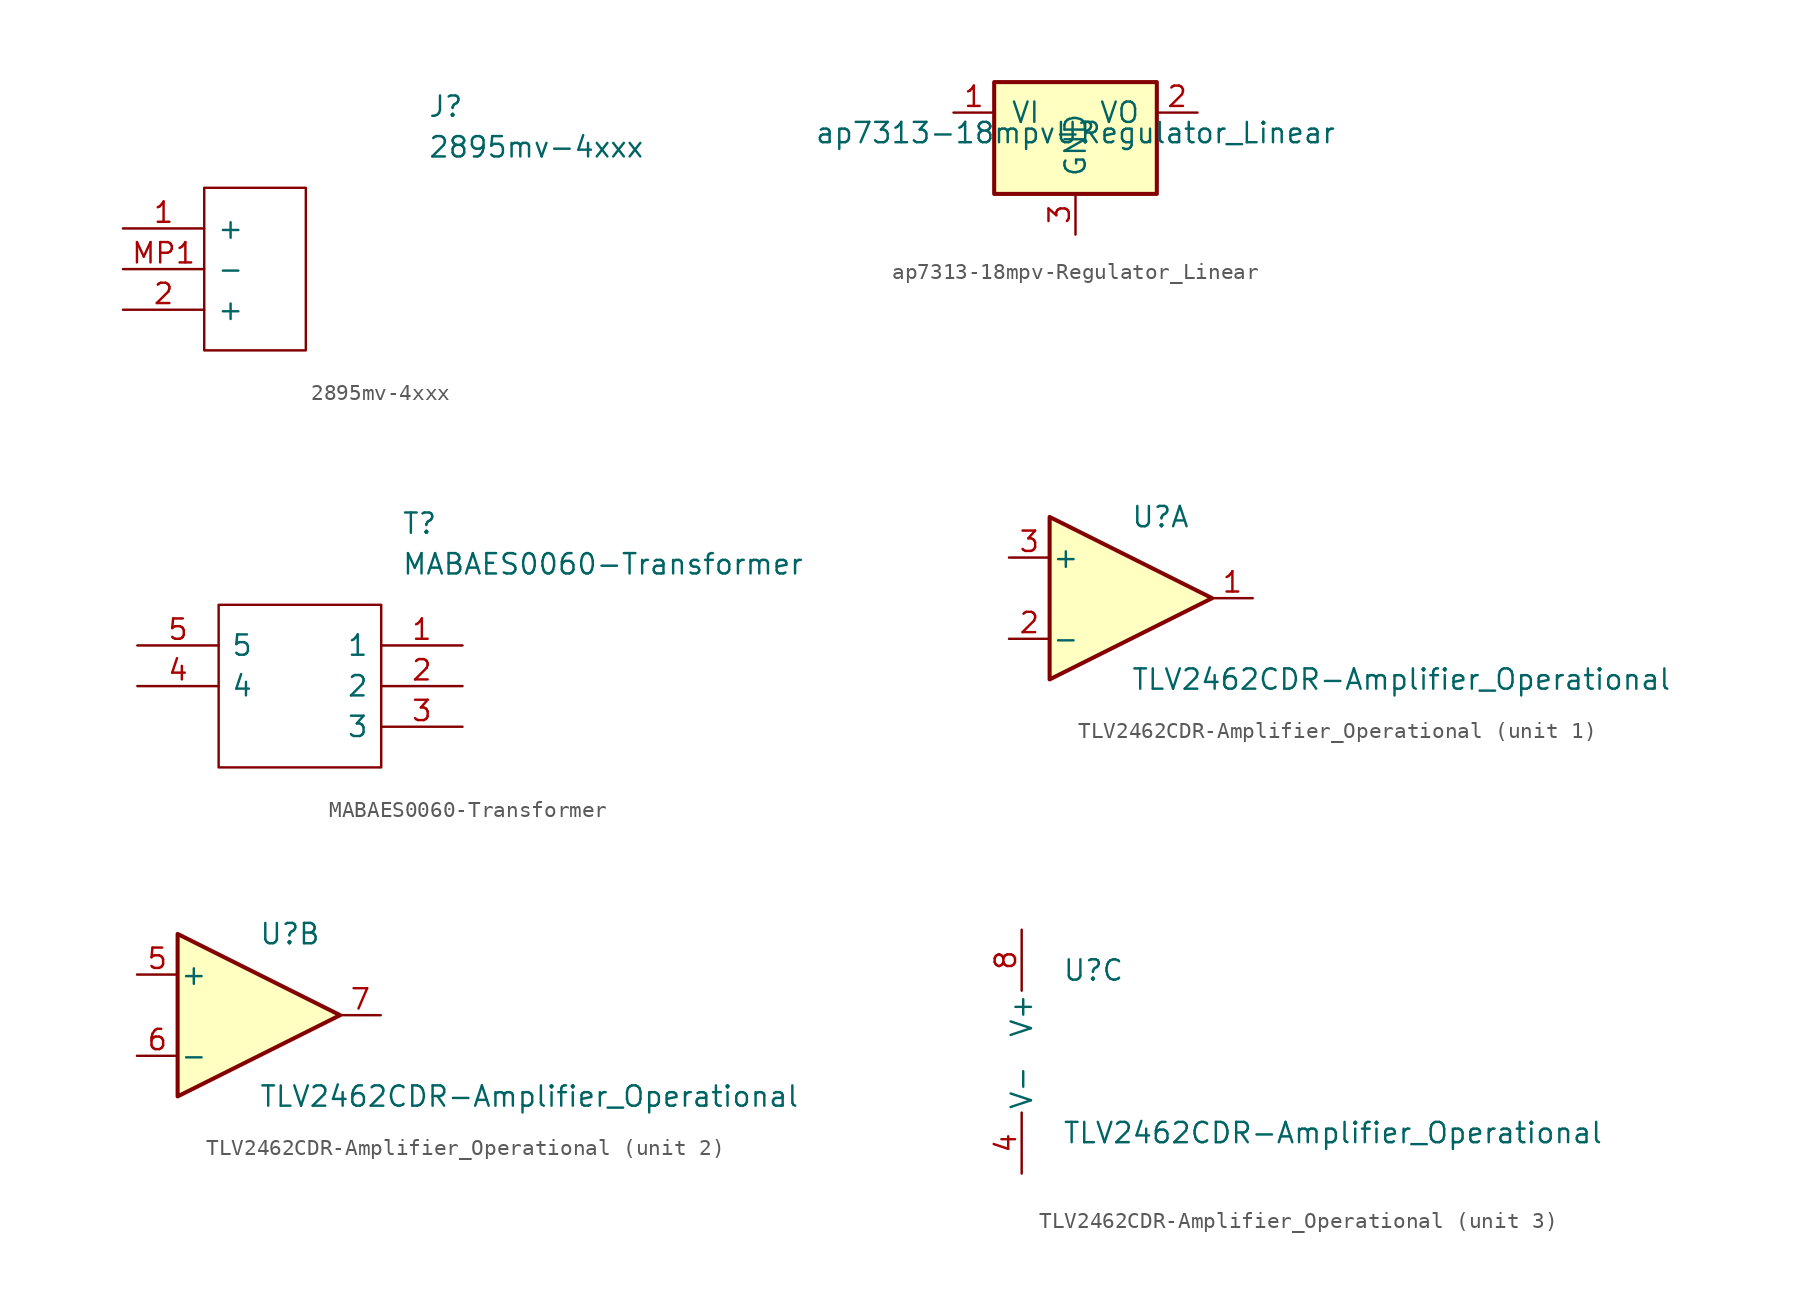
<source format=kicad_sym>
(kicad_symbol_lib
  (version 20220914)
  (generator kicad_symbol_editor)
  (symbol "2895mv-4xxx"
    (pin_names
      (offset 0.762))
    (property "Reference" "J"
      (at 19.05 7.62 0)
      (effects (font (size 1.27 1.27)) (justify left)))
    (property "Value" "2895mv-4xxx"
      (at 19.05 5.08 0)
      (effects (font (size 1.27 1.27)) (justify left)))
    (symbol "2895mv-4xxx_0_0"
      (pin passive line (at 0 0 0) (length 5.08) (name "+" (effects (font (size 1.27 1.27)))) (number "1" (effects (font (size 1.27 1.27)))))
      (pin passive line (at 0 -5.08 0) (length 5.08) (name "+" (effects (font (size 1.27 1.27)))) (number "2" (effects (font (size 1.27 1.27)))))
      (pin passive line (at 0 -2.54 0) (length 5.08) (name "-" (effects (font (size 1.27 1.27)))) (number "MP1" (effects (font (size 1.27 1.27))))))
    (symbol "2895mv-4xxx_0_1"
      (polyline (pts (xy 5.08 2.54) (xy 11.43 2.54) (xy 11.43 -7.62) (xy 5.08 -7.62) (xy 5.08 2.54)) (stroke (width 0.152) (type solid)) (fill (type none)))))
  (symbol "ap7313-18mpv-Regulator_Linear"
    (pin_names
      (offset 1.016))
    (property "Reference" "U"
      (at 0 0 0)
      (effects (font (size 1.27 1.27))))
    (property "Value" "ap7313-18mpv-Regulator_Linear"
      (at 0 0 0)
      (effects (font (size 1.27 1.27))))
    (symbol "ap7313-18mpv-Regulator_Linear_1_1"
      (rectangle (start -5.08 3.175) (end 5.08 -3.81) (stroke (width 0.254) (type solid)) (fill (type background)))
      (pin power_in line (at -7.62 1.27 0) (length 2.54) (name "VI" (effects (font (size 1.27 1.27)))) (number "1" (effects (font (size 1.27 1.27)))))
      (pin power_out line (at 7.62 1.27 180) (length 2.54) (name "VO" (effects (font (size 1.27 1.27)))) (number "2" (effects (font (size 1.27 1.27)))))
      (pin power_in line (at 0 -6.35 90) (length 2.54) (name "GND" (effects (font (size 1.27 1.27)))) (number "3" (effects (font (size 1.27 1.27)))))))
  (symbol "MABAES0060-Transformer"
    (pin_names
      (offset 0.762))
    (property "Reference" "T"
      (at 16.51 7.62 0)
      (effects (font (size 1.27 1.27)) (justify left)))
    (property "Value" "MABAES0060-Transformer"
      (at 16.51 5.08 0)
      (effects (font (size 1.27 1.27)) (justify left)))
    (symbol "MABAES0060-Transformer_0_0"
      (pin passive line (at 20.32 0 180) (length 5.08) (name "1" (effects (font (size 1.27 1.27)))) (number "1" (effects (font (size 1.27 1.27)))))
      (pin passive line (at 20.32 -2.54 180) (length 5.08) (name "2" (effects (font (size 1.27 1.27)))) (number "2" (effects (font (size 1.27 1.27)))))
      (pin passive line (at 20.32 -5.08 180) (length 5.08) (name "3" (effects (font (size 1.27 1.27)))) (number "3" (effects (font (size 1.27 1.27)))))
      (pin passive line (at 0 -2.54 0) (length 5.08) (name "4" (effects (font (size 1.27 1.27)))) (number "4" (effects (font (size 1.27 1.27)))))
      (pin passive line (at 0 0 0) (length 5.08) (name "5" (effects (font (size 1.27 1.27)))) (number "5" (effects (font (size 1.27 1.27))))))
    (symbol "MABAES0060-Transformer_0_1"
      (polyline (pts (xy 5.08 2.54) (xy 15.24 2.54) (xy 15.24 -7.62) (xy 5.08 -7.62) (xy 5.08 2.54)) (stroke (width 0.152) (type solid)) (fill (type none)))))
  (symbol "TLV2462CDR-Amplifier_Operational"
    (pin_names
      (offset 0.127))
    (property "Reference" "U"
      (at 0 5.08 0)
      (effects (font (size 1.27 1.27)) (justify left)))
    (property "Value" "TLV2462CDR-Amplifier_Operational"
      (at 0 -5.08 0)
      (effects (font (size 1.27 1.27)) (justify left)))
    (property "ki_locked" ""
      (at 0 0 0)
      (effects (font (size 1.27 1.27))))
    (symbol "TLV2462CDR-Amplifier_Operational_1_1"
      (polyline (pts (xy -5.08 5.08) (xy 5.08 0) (xy -5.08 -5.08) (xy -5.08 5.08)) (stroke (width 0.254) (type solid)) (fill (type background)))
      (pin output line (at 7.62 0 180) (length 2.54) (name "~" (effects (font (size 1.27 1.27)))) (number "1" (effects (font (size 1.27 1.27)))))
      (pin input line (at -7.62 -2.54 0) (length 2.54) (name "-" (effects (font (size 1.27 1.27)))) (number "2" (effects (font (size 1.27 1.27)))))
      (pin input line (at -7.62 2.54 0) (length 2.54) (name "+" (effects (font (size 1.27 1.27)))) (number "3" (effects (font (size 1.27 1.27))))))
    (symbol "TLV2462CDR-Amplifier_Operational_2_1"
      (polyline (pts (xy -5.08 5.08) (xy 5.08 0) (xy -5.08 -5.08) (xy -5.08 5.08)) (stroke (width 0.254) (type solid)) (fill (type background)))
      (pin input line (at -7.62 2.54 0) (length 2.54) (name "+" (effects (font (size 1.27 1.27)))) (number "5" (effects (font (size 1.27 1.27)))))
      (pin input line (at -7.62 -2.54 0) (length 2.54) (name "-" (effects (font (size 1.27 1.27)))) (number "6" (effects (font (size 1.27 1.27)))))
      (pin output line (at 7.62 0 180) (length 2.54) (name "~" (effects (font (size 1.27 1.27)))) (number "7" (effects (font (size 1.27 1.27))))))
    (symbol "TLV2462CDR-Amplifier_Operational_3_1"
      (pin power_in line (at -2.54 -7.62 90) (length 3.81) (name "V-" (effects (font (size 1.27 1.27)))) (number "4" (effects (font (size 1.27 1.27)))))
      (pin power_in line (at -2.54 7.62 270) (length 3.81) (name "V+" (effects (font (size 1.27 1.27)))) (number "8" (effects (font (size 1.27 1.27))))))))
</source>
